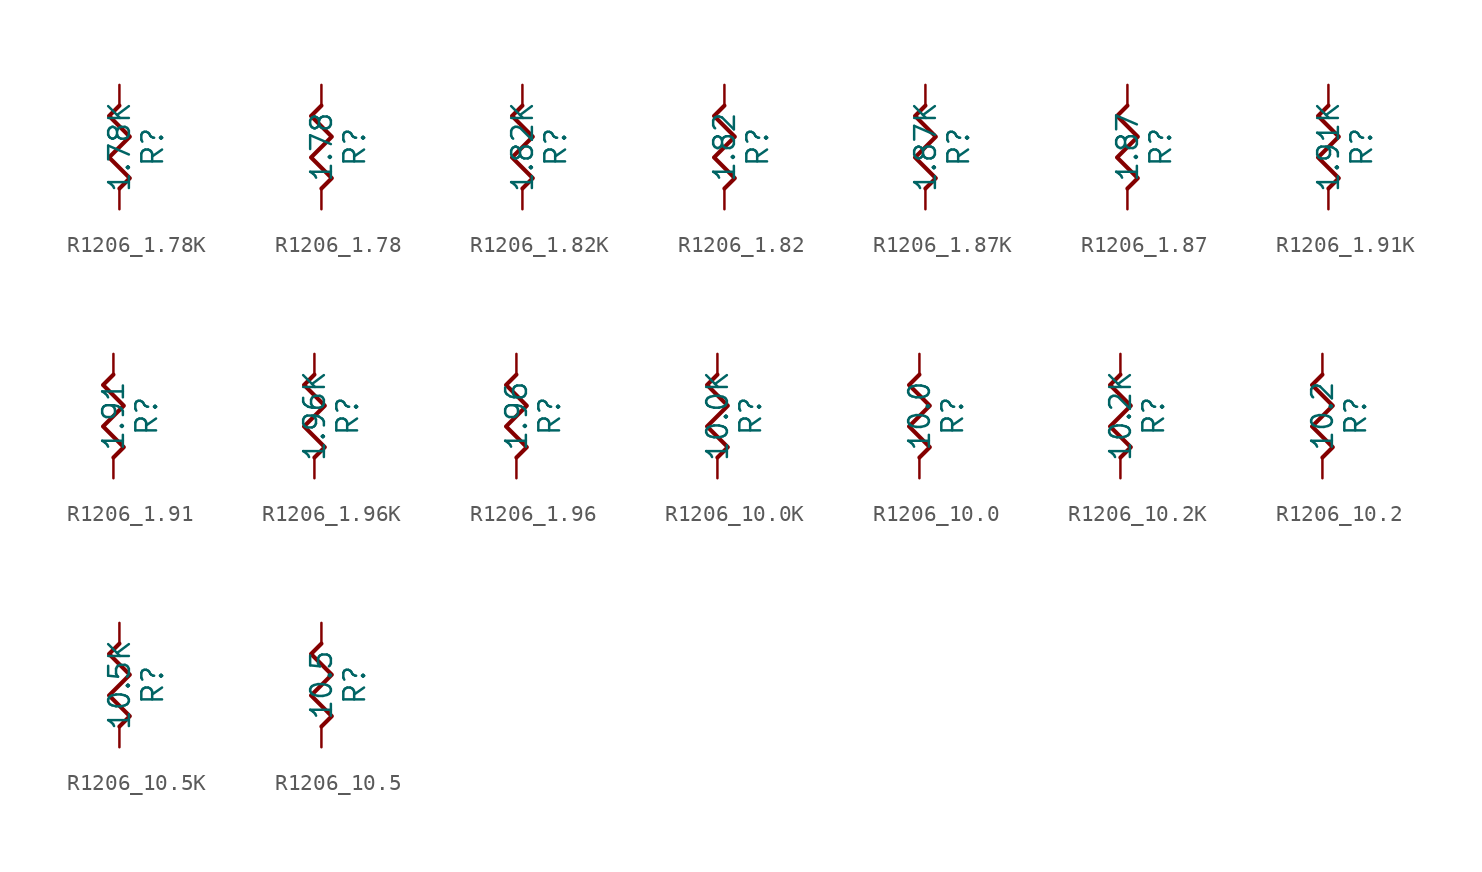
<source format=kicad_sym>
(kicad_symbol_lib
  (version 20211014)
  (generator atlantix-eda)
  (symbol "R1206_1.78K"
    (pin_numbers hide)
    (pin_names
      (offset 0))
    (property "Reference" "R"
      (at 2.032 0 90)
      (effects (font (size 1.27 1.27))))
    (property "Value" "1.78K"
      (at 0 0 90)
      (effects (font (size 1.27 1.27))))
    (symbol "R1206_1.78K_0_1"
      (polyline (pts (xy 0 -2.54) (xy 0.635 -1.905) (xy -0.635 -0.635) (xy 0.635 0.635) (xy -0.635 1.905) (xy 0 2.54)) (stroke (width 0.254) (type default) (color 0 0 0 0)) (fill (type none))))
    (symbol "R1206_1.78K_1_1"
      (pin passive line (at 0 3.81 270) (length 1.27) (name "~" (effects (font (size 1.27 1.27)))) (number "1" (effects (font (size 1.27 1.27)))))
      (pin passive line (at 0 -3.81 90) (length 1.27) (name "~" (effects (font (size 1.27 1.27)))) (number "2" (effects (font (size 1.27 1.27)))))))
  (symbol "R1206_1.78"
    (pin_numbers hide)
    (pin_names
      (offset 0))
    (property "Reference" "R"
      (at 2.032 0 90)
      (effects (font (size 1.27 1.27))))
    (property "Value" "1.78"
      (at 0 0 90)
      (effects (font (size 1.27 1.27))))
    (symbol "R1206_1.78_0_1"
      (polyline (pts (xy 0 -2.54) (xy 0.635 -1.905) (xy -0.635 -0.635) (xy 0.635 0.635) (xy -0.635 1.905) (xy 0 2.54)) (stroke (width 0.254) (type default) (color 0 0 0 0)) (fill (type none))))
    (symbol "R1206_1.78_1_1"
      (pin passive line (at 0 3.81 270) (length 1.27) (name "~" (effects (font (size 1.27 1.27)))) (number "1" (effects (font (size 1.27 1.27)))))
      (pin passive line (at 0 -3.81 90) (length 1.27) (name "~" (effects (font (size 1.27 1.27)))) (number "2" (effects (font (size 1.27 1.27)))))))
  (symbol "R1206_1.82K"
    (pin_numbers hide)
    (pin_names
      (offset 0))
    (property "Reference" "R"
      (at 2.032 0 90)
      (effects (font (size 1.27 1.27))))
    (property "Value" "1.82K"
      (at 0 0 90)
      (effects (font (size 1.27 1.27))))
    (symbol "R1206_1.82K_0_1"
      (polyline (pts (xy 0 -2.54) (xy 0.635 -1.905) (xy -0.635 -0.635) (xy 0.635 0.635) (xy -0.635 1.905) (xy 0 2.54)) (stroke (width 0.254) (type default) (color 0 0 0 0)) (fill (type none))))
    (symbol "R1206_1.82K_1_1"
      (pin passive line (at 0 3.81 270) (length 1.27) (name "~" (effects (font (size 1.27 1.27)))) (number "1" (effects (font (size 1.27 1.27)))))
      (pin passive line (at 0 -3.81 90) (length 1.27) (name "~" (effects (font (size 1.27 1.27)))) (number "2" (effects (font (size 1.27 1.27)))))))
  (symbol "R1206_1.82"
    (pin_numbers hide)
    (pin_names
      (offset 0))
    (property "Reference" "R"
      (at 2.032 0 90)
      (effects (font (size 1.27 1.27))))
    (property "Value" "1.82"
      (at 0 0 90)
      (effects (font (size 1.27 1.27))))
    (symbol "R1206_1.82_0_1"
      (polyline (pts (xy 0 -2.54) (xy 0.635 -1.905) (xy -0.635 -0.635) (xy 0.635 0.635) (xy -0.635 1.905) (xy 0 2.54)) (stroke (width 0.254) (type default) (color 0 0 0 0)) (fill (type none))))
    (symbol "R1206_1.82_1_1"
      (pin passive line (at 0 3.81 270) (length 1.27) (name "~" (effects (font (size 1.27 1.27)))) (number "1" (effects (font (size 1.27 1.27)))))
      (pin passive line (at 0 -3.81 90) (length 1.27) (name "~" (effects (font (size 1.27 1.27)))) (number "2" (effects (font (size 1.27 1.27)))))))
  (symbol "R1206_1.87K"
    (pin_numbers hide)
    (pin_names
      (offset 0))
    (property "Reference" "R"
      (at 2.032 0 90)
      (effects (font (size 1.27 1.27))))
    (property "Value" "1.87K"
      (at 0 0 90)
      (effects (font (size 1.27 1.27))))
    (symbol "R1206_1.87K_0_1"
      (polyline (pts (xy 0 -2.54) (xy 0.635 -1.905) (xy -0.635 -0.635) (xy 0.635 0.635) (xy -0.635 1.905) (xy 0 2.54)) (stroke (width 0.254) (type default) (color 0 0 0 0)) (fill (type none))))
    (symbol "R1206_1.87K_1_1"
      (pin passive line (at 0 3.81 270) (length 1.27) (name "~" (effects (font (size 1.27 1.27)))) (number "1" (effects (font (size 1.27 1.27)))))
      (pin passive line (at 0 -3.81 90) (length 1.27) (name "~" (effects (font (size 1.27 1.27)))) (number "2" (effects (font (size 1.27 1.27)))))))
  (symbol "R1206_1.87"
    (pin_numbers hide)
    (pin_names
      (offset 0))
    (property "Reference" "R"
      (at 2.032 0 90)
      (effects (font (size 1.27 1.27))))
    (property "Value" "1.87"
      (at 0 0 90)
      (effects (font (size 1.27 1.27))))
    (symbol "R1206_1.87_0_1"
      (polyline (pts (xy 0 -2.54) (xy 0.635 -1.905) (xy -0.635 -0.635) (xy 0.635 0.635) (xy -0.635 1.905) (xy 0 2.54)) (stroke (width 0.254) (type default) (color 0 0 0 0)) (fill (type none))))
    (symbol "R1206_1.87_1_1"
      (pin passive line (at 0 3.81 270) (length 1.27) (name "~" (effects (font (size 1.27 1.27)))) (number "1" (effects (font (size 1.27 1.27)))))
      (pin passive line (at 0 -3.81 90) (length 1.27) (name "~" (effects (font (size 1.27 1.27)))) (number "2" (effects (font (size 1.27 1.27)))))))
  (symbol "R1206_1.91K"
    (pin_numbers hide)
    (pin_names
      (offset 0))
    (property "Reference" "R"
      (at 2.032 0 90)
      (effects (font (size 1.27 1.27))))
    (property "Value" "1.91K"
      (at 0 0 90)
      (effects (font (size 1.27 1.27))))
    (symbol "R1206_1.91K_0_1"
      (polyline (pts (xy 0 -2.54) (xy 0.635 -1.905) (xy -0.635 -0.635) (xy 0.635 0.635) (xy -0.635 1.905) (xy 0 2.54)) (stroke (width 0.254) (type default) (color 0 0 0 0)) (fill (type none))))
    (symbol "R1206_1.91K_1_1"
      (pin passive line (at 0 3.81 270) (length 1.27) (name "~" (effects (font (size 1.27 1.27)))) (number "1" (effects (font (size 1.27 1.27)))))
      (pin passive line (at 0 -3.81 90) (length 1.27) (name "~" (effects (font (size 1.27 1.27)))) (number "2" (effects (font (size 1.27 1.27)))))))
  (symbol "R1206_1.91"
    (pin_numbers hide)
    (pin_names
      (offset 0))
    (property "Reference" "R"
      (at 2.032 0 90)
      (effects (font (size 1.27 1.27))))
    (property "Value" "1.91"
      (at 0 0 90)
      (effects (font (size 1.27 1.27))))
    (symbol "R1206_1.91_0_1"
      (polyline (pts (xy 0 -2.54) (xy 0.635 -1.905) (xy -0.635 -0.635) (xy 0.635 0.635) (xy -0.635 1.905) (xy 0 2.54)) (stroke (width 0.254) (type default) (color 0 0 0 0)) (fill (type none))))
    (symbol "R1206_1.91_1_1"
      (pin passive line (at 0 3.81 270) (length 1.27) (name "~" (effects (font (size 1.27 1.27)))) (number "1" (effects (font (size 1.27 1.27)))))
      (pin passive line (at 0 -3.81 90) (length 1.27) (name "~" (effects (font (size 1.27 1.27)))) (number "2" (effects (font (size 1.27 1.27)))))))
  (symbol "R1206_1.96K"
    (pin_numbers hide)
    (pin_names
      (offset 0))
    (property "Reference" "R"
      (at 2.032 0 90)
      (effects (font (size 1.27 1.27))))
    (property "Value" "1.96K"
      (at 0 0 90)
      (effects (font (size 1.27 1.27))))
    (symbol "R1206_1.96K_0_1"
      (polyline (pts (xy 0 -2.54) (xy 0.635 -1.905) (xy -0.635 -0.635) (xy 0.635 0.635) (xy -0.635 1.905) (xy 0 2.54)) (stroke (width 0.254) (type default) (color 0 0 0 0)) (fill (type none))))
    (symbol "R1206_1.96K_1_1"
      (pin passive line (at 0 3.81 270) (length 1.27) (name "~" (effects (font (size 1.27 1.27)))) (number "1" (effects (font (size 1.27 1.27)))))
      (pin passive line (at 0 -3.81 90) (length 1.27) (name "~" (effects (font (size 1.27 1.27)))) (number "2" (effects (font (size 1.27 1.27)))))))
  (symbol "R1206_1.96"
    (pin_numbers hide)
    (pin_names
      (offset 0))
    (property "Reference" "R"
      (at 2.032 0 90)
      (effects (font (size 1.27 1.27))))
    (property "Value" "1.96"
      (at 0 0 90)
      (effects (font (size 1.27 1.27))))
    (symbol "R1206_1.96_0_1"
      (polyline (pts (xy 0 -2.54) (xy 0.635 -1.905) (xy -0.635 -0.635) (xy 0.635 0.635) (xy -0.635 1.905) (xy 0 2.54)) (stroke (width 0.254) (type default) (color 0 0 0 0)) (fill (type none))))
    (symbol "R1206_1.96_1_1"
      (pin passive line (at 0 3.81 270) (length 1.27) (name "~" (effects (font (size 1.27 1.27)))) (number "1" (effects (font (size 1.27 1.27)))))
      (pin passive line (at 0 -3.81 90) (length 1.27) (name "~" (effects (font (size 1.27 1.27)))) (number "2" (effects (font (size 1.27 1.27)))))))
  (symbol "R1206_10.0K"
    (pin_numbers hide)
    (pin_names
      (offset 0))
    (property "Reference" "R"
      (at 2.032 0 90)
      (effects (font (size 1.27 1.27))))
    (property "Value" "10.0K"
      (at 0 0 90)
      (effects (font (size 1.27 1.27))))
    (symbol "R1206_10.0K_0_1"
      (polyline (pts (xy 0 -2.54) (xy 0.635 -1.905) (xy -0.635 -0.635) (xy 0.635 0.635) (xy -0.635 1.905) (xy 0 2.54)) (stroke (width 0.254) (type default) (color 0 0 0 0)) (fill (type none))))
    (symbol "R1206_10.0K_1_1"
      (pin passive line (at 0 3.81 270) (length 1.27) (name "~" (effects (font (size 1.27 1.27)))) (number "1" (effects (font (size 1.27 1.27)))))
      (pin passive line (at 0 -3.81 90) (length 1.27) (name "~" (effects (font (size 1.27 1.27)))) (number "2" (effects (font (size 1.27 1.27)))))))
  (symbol "R1206_10.0"
    (pin_numbers hide)
    (pin_names
      (offset 0))
    (property "Reference" "R"
      (at 2.032 0 90)
      (effects (font (size 1.27 1.27))))
    (property "Value" "10.0"
      (at 0 0 90)
      (effects (font (size 1.27 1.27))))
    (symbol "R1206_10.0_0_1"
      (polyline (pts (xy 0 -2.54) (xy 0.635 -1.905) (xy -0.635 -0.635) (xy 0.635 0.635) (xy -0.635 1.905) (xy 0 2.54)) (stroke (width 0.254) (type default) (color 0 0 0 0)) (fill (type none))))
    (symbol "R1206_10.0_1_1"
      (pin passive line (at 0 3.81 270) (length 1.27) (name "~" (effects (font (size 1.27 1.27)))) (number "1" (effects (font (size 1.27 1.27)))))
      (pin passive line (at 0 -3.81 90) (length 1.27) (name "~" (effects (font (size 1.27 1.27)))) (number "2" (effects (font (size 1.27 1.27)))))))
  (symbol "R1206_10.2K"
    (pin_numbers hide)
    (pin_names
      (offset 0))
    (property "Reference" "R"
      (at 2.032 0 90)
      (effects (font (size 1.27 1.27))))
    (property "Value" "10.2K"
      (at 0 0 90)
      (effects (font (size 1.27 1.27))))
    (symbol "R1206_10.2K_0_1"
      (polyline (pts (xy 0 -2.54) (xy 0.635 -1.905) (xy -0.635 -0.635) (xy 0.635 0.635) (xy -0.635 1.905) (xy 0 2.54)) (stroke (width 0.254) (type default) (color 0 0 0 0)) (fill (type none))))
    (symbol "R1206_10.2K_1_1"
      (pin passive line (at 0 3.81 270) (length 1.27) (name "~" (effects (font (size 1.27 1.27)))) (number "1" (effects (font (size 1.27 1.27)))))
      (pin passive line (at 0 -3.81 90) (length 1.27) (name "~" (effects (font (size 1.27 1.27)))) (number "2" (effects (font (size 1.27 1.27)))))))
  (symbol "R1206_10.2"
    (pin_numbers hide)
    (pin_names
      (offset 0))
    (property "Reference" "R"
      (at 2.032 0 90)
      (effects (font (size 1.27 1.27))))
    (property "Value" "10.2"
      (at 0 0 90)
      (effects (font (size 1.27 1.27))))
    (symbol "R1206_10.2_0_1"
      (polyline (pts (xy 0 -2.54) (xy 0.635 -1.905) (xy -0.635 -0.635) (xy 0.635 0.635) (xy -0.635 1.905) (xy 0 2.54)) (stroke (width 0.254) (type default) (color 0 0 0 0)) (fill (type none))))
    (symbol "R1206_10.2_1_1"
      (pin passive line (at 0 3.81 270) (length 1.27) (name "~" (effects (font (size 1.27 1.27)))) (number "1" (effects (font (size 1.27 1.27)))))
      (pin passive line (at 0 -3.81 90) (length 1.27) (name "~" (effects (font (size 1.27 1.27)))) (number "2" (effects (font (size 1.27 1.27)))))))
  (symbol "R1206_10.5K"
    (pin_numbers hide)
    (pin_names
      (offset 0))
    (property "Reference" "R"
      (at 2.032 0 90)
      (effects (font (size 1.27 1.27))))
    (property "Value" "10.5K"
      (at 0 0 90)
      (effects (font (size 1.27 1.27))))
    (symbol "R1206_10.5K_0_1"
      (polyline (pts (xy 0 -2.54) (xy 0.635 -1.905) (xy -0.635 -0.635) (xy 0.635 0.635) (xy -0.635 1.905) (xy 0 2.54)) (stroke (width 0.254) (type default) (color 0 0 0 0)) (fill (type none))))
    (symbol "R1206_10.5K_1_1"
      (pin passive line (at 0 3.81 270) (length 1.27) (name "~" (effects (font (size 1.27 1.27)))) (number "1" (effects (font (size 1.27 1.27)))))
      (pin passive line (at 0 -3.81 90) (length 1.27) (name "~" (effects (font (size 1.27 1.27)))) (number "2" (effects (font (size 1.27 1.27)))))))
  (symbol "R1206_10.5"
    (pin_numbers hide)
    (pin_names
      (offset 0))
    (property "Reference" "R"
      (at 2.032 0 90)
      (effects (font (size 1.27 1.27))))
    (property "Value" "10.5"
      (at 0 0 90)
      (effects (font (size 1.27 1.27))))
    (symbol "R1206_10.5_0_1"
      (polyline (pts (xy 0 -2.54) (xy 0.635 -1.905) (xy -0.635 -0.635) (xy 0.635 0.635) (xy -0.635 1.905) (xy 0 2.54)) (stroke (width 0.254) (type default) (color 0 0 0 0)) (fill (type none))))
    (symbol "R1206_10.5_1_1"
      (pin passive line (at 0 3.81 270) (length 1.27) (name "~" (effects (font (size 1.27 1.27)))) (number "1" (effects (font (size 1.27 1.27)))))
      (pin passive line (at 0 -3.81 90) (length 1.27) (name "~" (effects (font (size 1.27 1.27)))) (number "2" (effects (font (size 1.27 1.27))))))))
</source>
